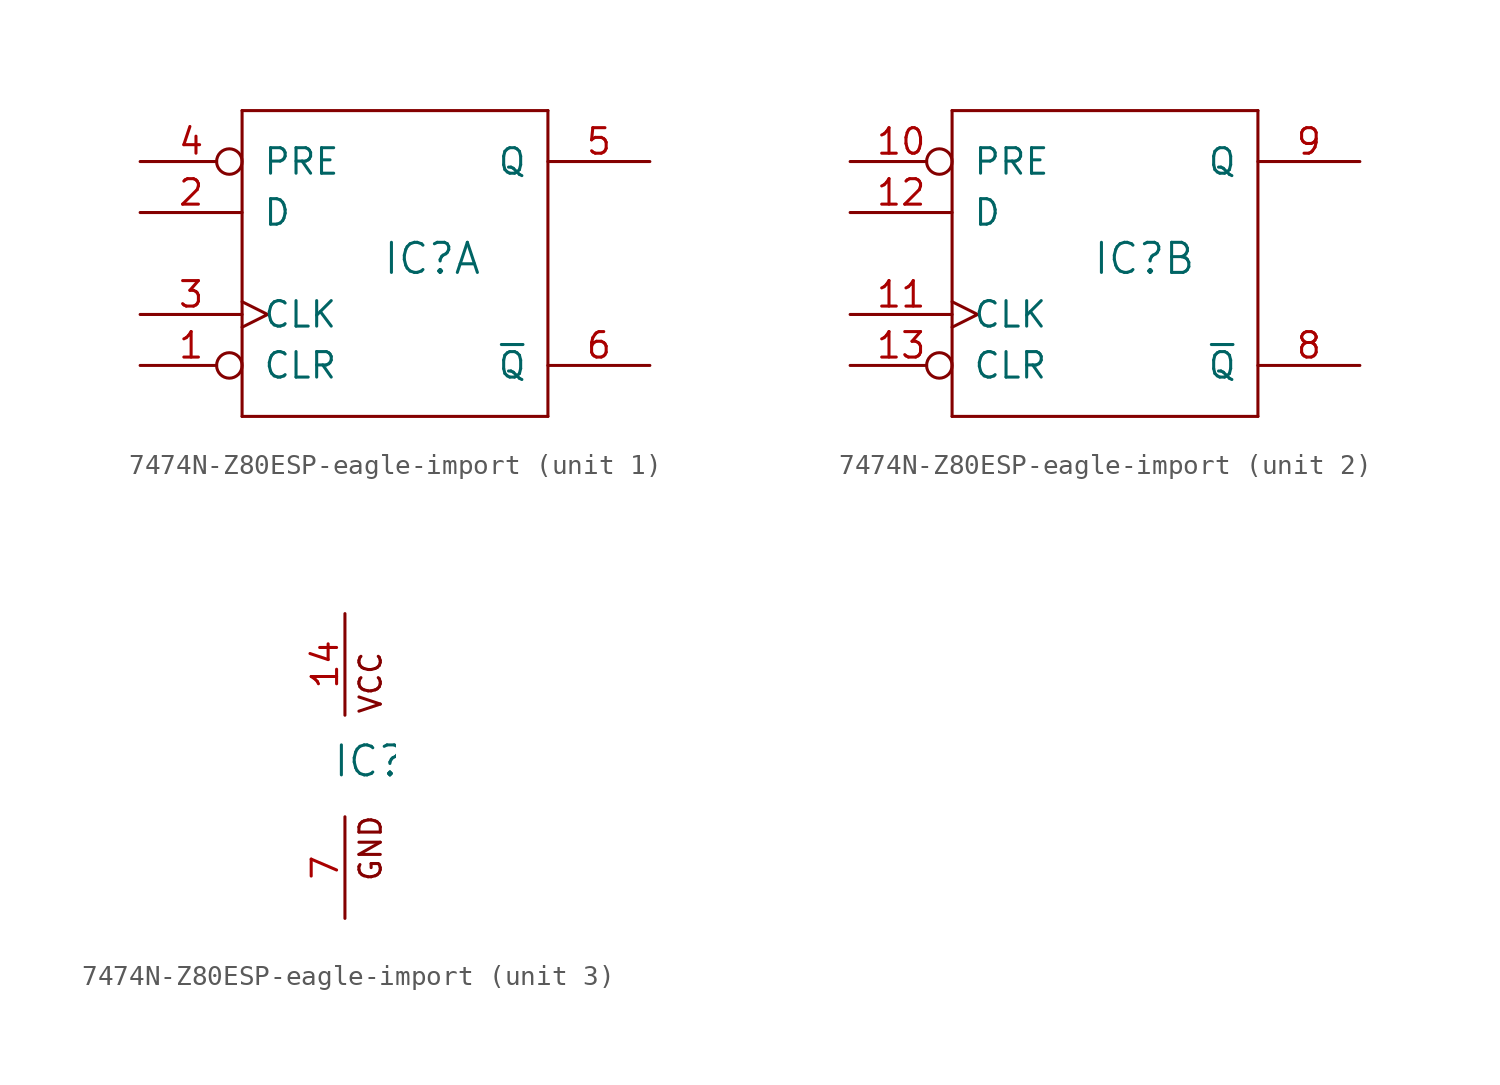
<source format=kicad_sym>
(kicad_symbol_lib
  (version 20220914)
  (generator kicad_symbol_editor)
  (symbol "7474N-Z80ESP-eagle-import"
    (pin_names
      (offset 1.016))
    (property "Reference" "IC"
      (at -0.635 -0.635 0)
      (effects (font (size 1.499 1.499)) (justify left bottom)))
    (property "ki_locked" ""
      (at 0 0 0)
      (effects (font (size 1.27 1.27))))
    (symbol "7474N-Z80ESP-eagle-import_1_0"
      (polyline (pts (xy -7.62 -7.62) (xy 7.62 -7.62)) (stroke (width 0) (type solid)) (fill (type none)))
      (polyline (pts (xy -7.62 7.62) (xy -7.62 -7.62)) (stroke (width 0) (type solid)) (fill (type none)))
      (polyline (pts (xy 7.62 -7.62) (xy 7.62 7.62)) (stroke (width 0) (type solid)) (fill (type none)))
      (polyline (pts (xy 7.62 7.62) (xy -7.62 7.62)) (stroke (width 0) (type solid)) (fill (type none)))
      (pin input inverted (at -12.7 -5.08 0) (length 5.08) (name "CLR" (effects (font (size 1.27 1.27)))) (number "1" (effects (font (size 1.27 1.27)))))
      (pin input line (at -12.7 2.54 0) (length 5.08) (name "D" (effects (font (size 1.27 1.27)))) (number "2" (effects (font (size 1.27 1.27)))))
      (pin input clock (at -12.7 -2.54 0) (length 5.08) (name "CLK" (effects (font (size 1.27 1.27)))) (number "3" (effects (font (size 1.27 1.27)))))
      (pin input inverted (at -12.7 5.08 0) (length 5.08) (name "PRE" (effects (font (size 1.27 1.27)))) (number "4" (effects (font (size 1.27 1.27)))))
      (pin output line (at 12.7 5.08 180) (length 5.08) (name "Q" (effects (font (size 1.27 1.27)))) (number "5" (effects (font (size 1.27 1.27)))))
      (pin output line (at 12.7 -5.08 180) (length 5.08) (name "~{Q}" (effects (font (size 1.27 1.27)))) (number "6" (effects (font (size 1.27 1.27))))))
    (symbol "7474N-Z80ESP-eagle-import_2_0"
      (polyline (pts (xy -7.62 -7.62) (xy 7.62 -7.62)) (stroke (width 0) (type solid)) (fill (type none)))
      (polyline (pts (xy -7.62 7.62) (xy -7.62 -7.62)) (stroke (width 0) (type solid)) (fill (type none)))
      (polyline (pts (xy 7.62 -7.62) (xy 7.62 7.62)) (stroke (width 0) (type solid)) (fill (type none)))
      (polyline (pts (xy 7.62 7.62) (xy -7.62 7.62)) (stroke (width 0) (type solid)) (fill (type none)))
      (pin input inverted (at -12.7 5.08 0) (length 5.08) (name "PRE" (effects (font (size 1.27 1.27)))) (number "10" (effects (font (size 1.27 1.27)))))
      (pin input clock (at -12.7 -2.54 0) (length 5.08) (name "CLK" (effects (font (size 1.27 1.27)))) (number "11" (effects (font (size 1.27 1.27)))))
      (pin input line (at -12.7 2.54 0) (length 5.08) (name "D" (effects (font (size 1.27 1.27)))) (number "12" (effects (font (size 1.27 1.27)))))
      (pin input inverted (at -12.7 -5.08 0) (length 5.08) (name "CLR" (effects (font (size 1.27 1.27)))) (number "13" (effects (font (size 1.27 1.27)))))
      (pin output line (at 12.7 -5.08 180) (length 5.08) (name "~{Q}" (effects (font (size 1.27 1.27)))) (number "8" (effects (font (size 1.27 1.27)))))
      (pin output line (at 12.7 5.08 180) (length 5.08) (name "Q" (effects (font (size 1.27 1.27)))) (number "9" (effects (font (size 1.27 1.27))))))
    (symbol "7474N-Z80ESP-eagle-import_3_0"
      (text "GND" (at 1.905 -5.842 900) (effects (font (size 1.067 1.067)) (justify left bottom)))
      (text "VCC" (at 1.905 2.54 900) (effects (font (size 1.067 1.067)) (justify left bottom)))
      (pin power_in line (at 0 7.62 270) (length 5.08) (name "VCC" (effects (font (size 0 0)))) (number "14" (effects (font (size 1.27 1.27)))))
      (pin power_in line (at 0 -7.62 90) (length 5.08) (name "GND" (effects (font (size 0 0)))) (number "7" (effects (font (size 1.27 1.27))))))))
</source>
